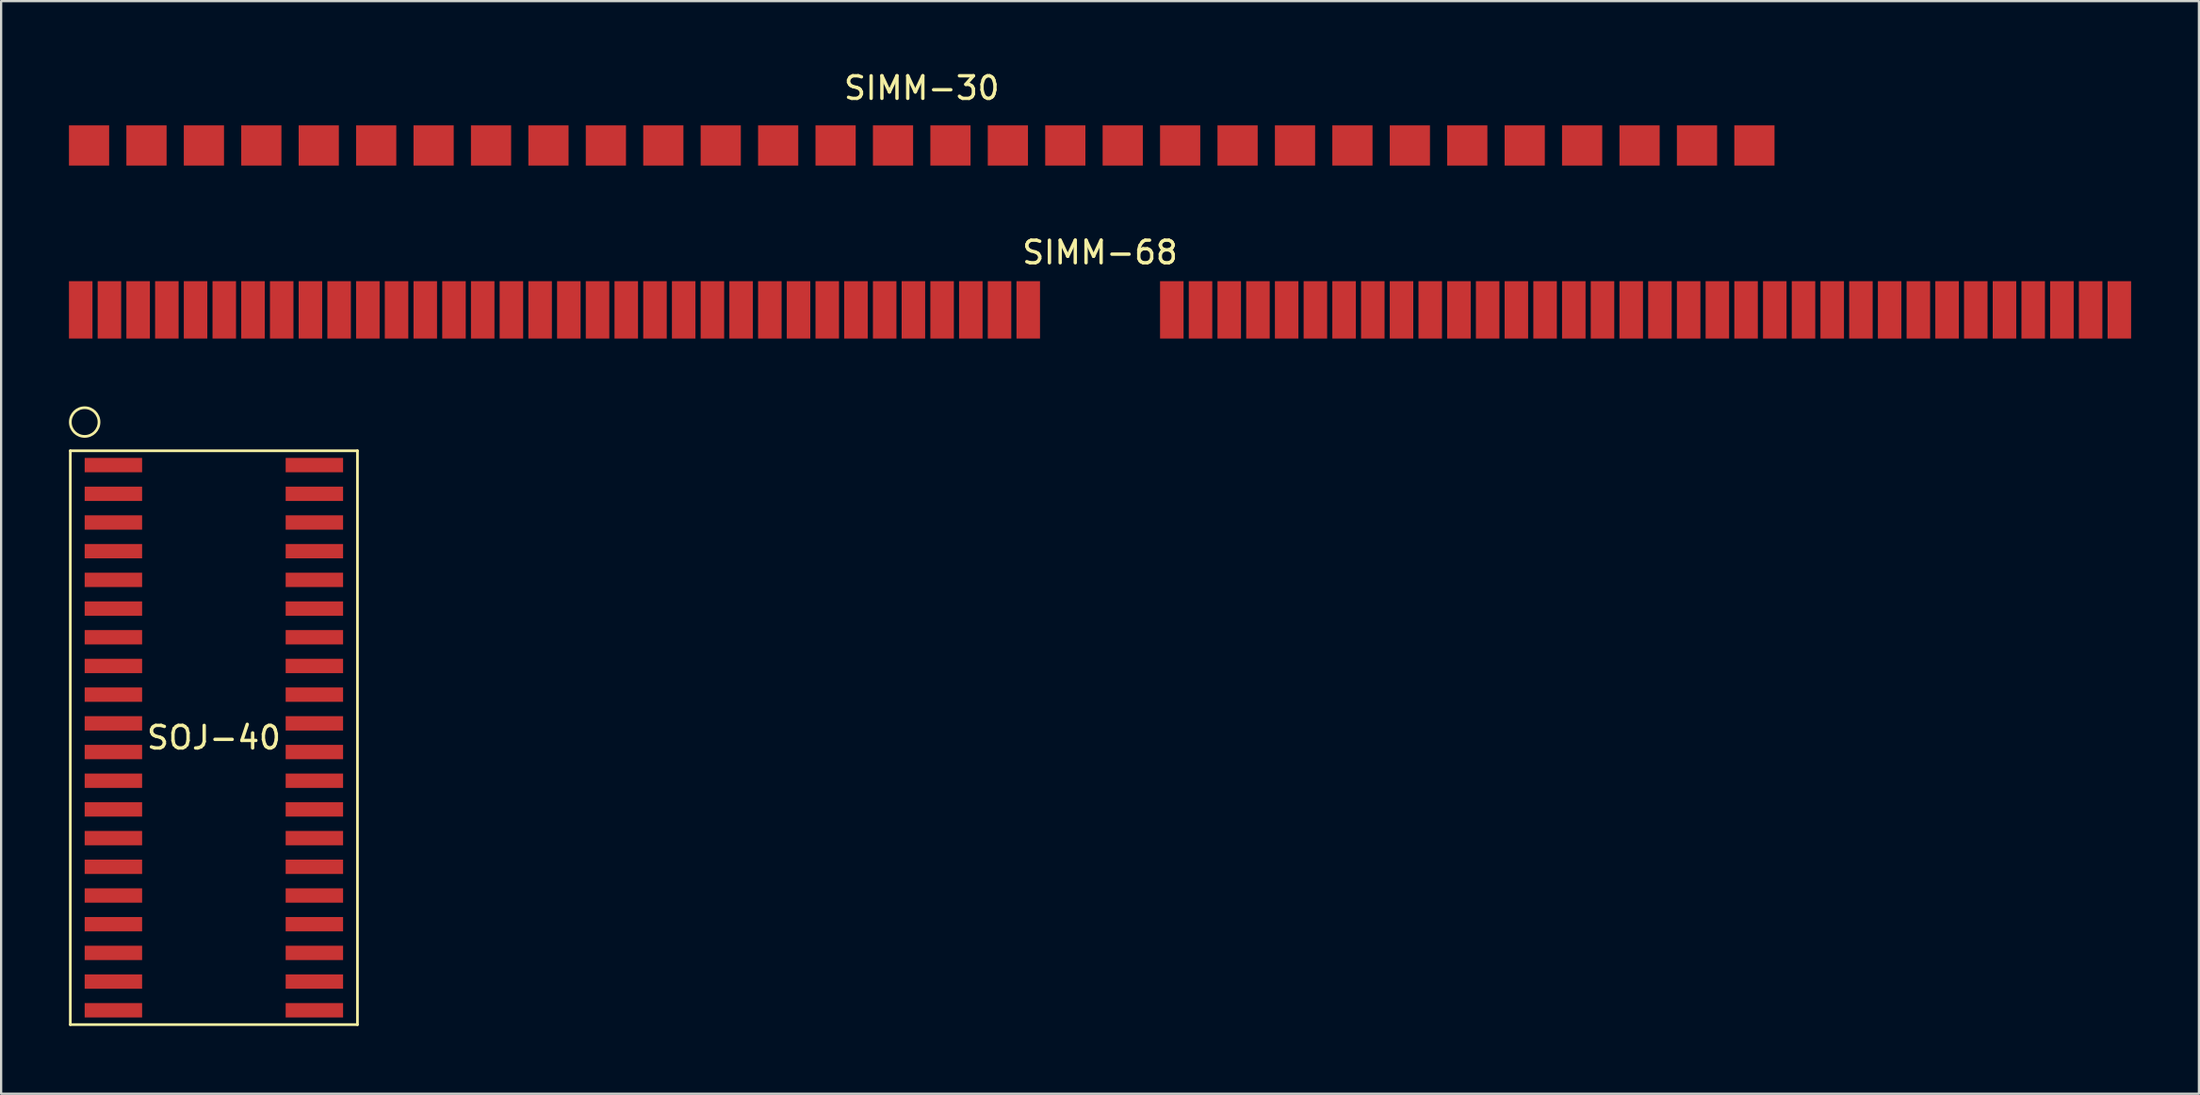
<source format=kicad_pcb>
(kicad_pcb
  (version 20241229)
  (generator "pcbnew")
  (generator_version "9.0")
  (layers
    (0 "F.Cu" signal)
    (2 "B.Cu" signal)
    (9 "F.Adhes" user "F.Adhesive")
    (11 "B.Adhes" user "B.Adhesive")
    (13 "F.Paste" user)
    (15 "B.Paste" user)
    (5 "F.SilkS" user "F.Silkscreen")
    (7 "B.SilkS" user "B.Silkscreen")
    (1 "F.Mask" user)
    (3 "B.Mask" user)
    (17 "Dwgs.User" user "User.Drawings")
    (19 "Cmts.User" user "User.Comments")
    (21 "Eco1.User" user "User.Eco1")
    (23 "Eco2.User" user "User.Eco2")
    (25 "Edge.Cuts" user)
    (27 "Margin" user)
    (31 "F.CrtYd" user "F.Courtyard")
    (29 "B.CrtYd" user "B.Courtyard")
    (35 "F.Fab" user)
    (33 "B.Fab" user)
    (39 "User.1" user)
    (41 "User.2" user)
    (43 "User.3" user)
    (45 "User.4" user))
  (footprint "SOJ-40"
    (layer "F.Cu")
    (at 6.41 29.601)
    (property "Reference" "SOJ-40" (at 0 0 0) (layer "F.SilkS") (effects (font (size 1 1) (thickness 0.15))))
    (attr through_hole)
    (fp_line (start -6.35 -12.7) (end 6.35 -12.7) (stroke (width 0.12) (type solid)) (layer "F.SilkS"))
    (fp_line (start -6.35 12.7) (end -6.35 -12.7) (stroke (width 0.12) (type solid)) (layer "F.SilkS"))
    (fp_line (start 6.35 -12.7) (end 6.35 12.7) (stroke (width 0.12) (type solid)) (layer "F.SilkS"))
    (fp_line (start 6.35 12.7) (end -6.35 12.7) (stroke (width 0.12) (type solid)) (layer "F.SilkS"))
    (fp_circle (center -5.715 -13.97) (end -5.08 -13.97) (stroke (width 0.12) (type solid)) (fill no) (layer "F.SilkS"))
    (pad "1" connect rect (at -4.445 -12.065) (size 2.54 0.635) (layers "F.Cu" "F.Mask"))
    (pad "2" connect rect (at -4.445 -10.795) (size 2.54 0.635) (layers "F.Cu" "F.Mask"))
    (pad "3" connect rect (at -4.445 -9.525) (size 2.54 0.635) (layers "F.Cu" "F.Mask"))
    (pad "4" connect rect (at -4.445 -8.255) (size 2.54 0.635) (layers "F.Cu" "F.Mask"))
    (pad "5" connect rect (at -4.445 -6.985) (size 2.54 0.635) (layers "F.Cu" "F.Mask"))
    (pad "6" connect rect (at -4.445 -5.715) (size 2.54 0.635) (layers "F.Cu" "F.Mask"))
    (pad "7" connect rect (at -4.445 -4.445) (size 2.54 0.635) (layers "F.Cu" "F.Mask"))
    (pad "8" connect rect (at -4.445 -3.175) (size 2.54 0.635) (layers "F.Cu" "F.Mask"))
    (pad "9" connect rect (at -4.445 -1.905) (size 2.54 0.635) (layers "F.Cu" "F.Mask"))
    (pad "10" connect rect (at -4.445 -0.635) (size 2.54 0.635) (layers "F.Cu" "F.Mask"))
    (pad "11" connect rect (at -4.445 0.635) (size 2.54 0.635) (layers "F.Cu" "F.Mask"))
    (pad "12" connect rect (at -4.445 1.905) (size 2.54 0.635) (layers "F.Cu" "F.Mask"))
    (pad "13" connect rect (at -4.445 3.175) (size 2.54 0.635) (layers "F.Cu" "F.Mask"))
    (pad "14" connect rect (at -4.445 4.445) (size 2.54 0.635) (layers "F.Cu" "F.Mask"))
    (pad "15" connect rect (at -4.445 5.715) (size 2.54 0.635) (layers "F.Cu" "F.Mask"))
    (pad "16" connect rect (at -4.445 6.985) (size 2.54 0.635) (layers "F.Cu" "F.Mask"))
    (pad "17" connect rect (at -4.445 8.255) (size 2.54 0.635) (layers "F.Cu" "F.Mask"))
    (pad "18" connect rect (at -4.445 9.525) (size 2.54 0.635) (layers "F.Cu" "F.Mask"))
    (pad "19" connect rect (at -4.445 10.795) (size 2.54 0.635) (layers "F.Cu" "F.Mask"))
    (pad "20" connect rect (at -4.445 12.065) (size 2.54 0.635) (layers "F.Cu" "F.Mask"))
    (pad "21" connect rect (at 4.445 12.065) (size 2.54 0.635) (layers "F.Cu" "F.Mask"))
    (pad "22" connect rect (at 4.445 10.795) (size 2.54 0.635) (layers "F.Cu" "F.Mask"))
    (pad "23" connect rect (at 4.445 9.525) (size 2.54 0.635) (layers "F.Cu" "F.Mask"))
    (pad "24" connect rect (at 4.445 8.255) (size 2.54 0.635) (layers "F.Cu" "F.Mask"))
    (pad "25" connect rect (at 4.445 6.985) (size 2.54 0.635) (layers "F.Cu" "F.Mask"))
    (pad "26" connect rect (at 4.445 5.715) (size 2.54 0.635) (layers "F.Cu" "F.Mask"))
    (pad "27" connect rect (at 4.445 4.445) (size 2.54 0.635) (layers "F.Cu" "F.Mask"))
    (pad "28" connect rect (at 4.445 3.175) (size 2.54 0.635) (layers "F.Cu" "F.Mask"))
    (pad "29" connect rect (at 4.445 1.905) (size 2.54 0.635) (layers "F.Cu" "F.Mask"))
    (pad "30" connect rect (at 4.445 0.635) (size 2.54 0.635) (layers "F.Cu" "F.Mask"))
    (pad "31" connect rect (at 4.445 -0.635) (size 2.54 0.635) (layers "F.Cu" "F.Mask"))
    (pad "32" connect rect (at 4.445 -1.905) (size 2.54 0.635) (layers "F.Cu" "F.Mask"))
    (pad "33" connect rect (at 4.445 -3.175) (size 2.54 0.635) (layers "F.Cu" "F.Mask"))
    (pad "34" connect rect (at 4.445 -4.445) (size 2.54 0.635) (layers "F.Cu" "F.Mask"))
    (pad "35" connect rect (at 4.445 -5.715) (size 2.54 0.635) (layers "F.Cu" "F.Mask"))
    (pad "36" connect rect (at 4.445 -6.985) (size 2.54 0.635) (layers "F.Cu" "F.Mask"))
    (pad "37" connect rect (at 4.445 -8.255) (size 2.54 0.635) (layers "F.Cu" "F.Mask"))
    (pad "38" connect rect (at 4.445 -9.525) (size 2.54 0.635) (layers "F.Cu" "F.Mask"))
    (pad "39" connect rect (at 4.445 -10.795) (size 2.54 0.635) (layers "F.Cu" "F.Mask"))
    (pad "40" connect rect (at 4.445 -12.065) (size 2.54 0.635) (layers "F.Cu" "F.Mask")))
  (footprint "SIMM-30"
    (layer "F.Cu")
    (at 37.719 3.388)
    (property "Reference" "SIMM-30" (at 0 -2.54 0) (layer "F.SilkS") (effects (font (size 1 1) (thickness 0.15))))
    (attr smd)
    (pad "1" connect rect (at -36.83 0) (size 1.778 1.778) (layers "F.Cu" "F.Mask"))
    (pad "2" connect rect (at -34.29 0) (size 1.778 1.778) (layers "F.Cu" "F.Mask"))
    (pad "3" connect rect (at -31.75 0) (size 1.778 1.778) (layers "F.Cu" "F.Mask"))
    (pad "4" connect rect (at -29.21 0) (size 1.778 1.778) (layers "F.Cu" "F.Mask"))
    (pad "5" connect rect (at -26.67 0) (size 1.778 1.778) (layers "F.Cu" "F.Mask"))
    (pad "6" connect rect (at -24.13 0) (size 1.778 1.778) (layers "F.Cu" "F.Mask"))
    (pad "7" connect rect (at -21.59 0) (size 1.778 1.778) (layers "F.Cu" "F.Mask"))
    (pad "8" connect rect (at -19.05 0) (size 1.778 1.778) (layers "F.Cu" "F.Mask"))
    (pad "9" connect rect (at -16.51 0) (size 1.778 1.778) (layers "F.Cu" "F.Mask"))
    (pad "10" connect rect (at -13.97 0) (size 1.778 1.778) (layers "F.Cu" "F.Mask"))
    (pad "11" connect rect (at -11.43 0) (size 1.778 1.778) (layers "F.Cu" "F.Mask"))
    (pad "12" connect rect (at -8.89 0) (size 1.778 1.778) (layers "F.Cu" "F.Mask"))
    (pad "13" connect rect (at -6.35 0) (size 1.778 1.778) (layers "F.Cu" "F.Mask"))
    (pad "14" connect rect (at -3.81 0) (size 1.778 1.778) (layers "F.Cu" "F.Mask"))
    (pad "15" connect rect (at -1.27 0) (size 1.778 1.778) (layers "F.Cu" "F.Mask"))
    (pad "16" connect rect (at 1.27 0) (size 1.778 1.778) (layers "F.Cu" "F.Mask"))
    (pad "17" connect rect (at 3.81 0) (size 1.778 1.778) (layers "F.Cu" "F.Mask"))
    (pad "18" connect rect (at 6.35 0) (size 1.778 1.778) (layers "F.Cu" "F.Mask"))
    (pad "19" connect rect (at 8.89 0) (size 1.778 1.778) (layers "F.Cu" "F.Mask"))
    (pad "20" connect rect (at 11.43 0) (size 1.778 1.778) (layers "F.Cu" "F.Mask"))
    (pad "21" connect rect (at 13.97 0) (size 1.778 1.778) (layers "F.Cu" "F.Mask"))
    (pad "22" connect rect (at 16.51 0) (size 1.778 1.778) (layers "F.Cu" "F.Mask"))
    (pad "23" connect rect (at 19.05 0) (size 1.778 1.778) (layers "F.Cu" "F.Mask"))
    (pad "24" connect rect (at 21.59 0) (size 1.778 1.778) (layers "F.Cu" "F.Mask"))
    (pad "25" connect rect (at 24.13 0) (size 1.778 1.778) (layers "F.Cu" "F.Mask"))
    (pad "26" connect rect (at 26.67 0) (size 1.778 1.778) (layers "F.Cu" "F.Mask"))
    (pad "27" connect rect (at 29.21 0) (size 1.778 1.778) (layers "F.Cu" "F.Mask"))
    (pad "28" connect rect (at 31.75 0) (size 1.778 1.778) (layers "F.Cu" "F.Mask"))
    (pad "29" connect rect (at 34.29 0) (size 1.778 1.778) (layers "F.Cu" "F.Mask"))
    (pad "30" connect rect (at 36.83 0) (size 1.778 1.778) (layers "F.Cu" "F.Mask")))
  (footprint "SIMM-68"
    (layer "F.Cu")
    (at 45.605 10.665)
    (property "Reference" "SIMM-68" (at 0 -2.54 0) (layer "F.SilkS") (effects (font (size 1 1) (thickness 0.15))))
    (attr through_hole)
    (pad "1" connect rect (at -45.085 0) (size 1.04 2.54) (layers "F.Cu" "F.Mask"))
    (pad "2" connect rect (at -43.815 0) (size 1.04 2.54) (layers "F.Cu" "F.Mask"))
    (pad "3" connect rect (at -42.545 0) (size 1.04 2.54) (layers "F.Cu" "F.Mask"))
    (pad "4" connect rect (at -41.275 0) (size 1.04 2.54) (layers "F.Cu" "F.Mask"))
    (pad "5" connect rect (at -40.005 0) (size 1.04 2.54) (layers "F.Cu" "F.Mask"))
    (pad "6" connect rect (at -38.735 0) (size 1.04 2.54) (layers "F.Cu" "F.Mask"))
    (pad "7" connect rect (at -37.465 0) (size 1.04 2.54) (layers "F.Cu" "F.Mask"))
    (pad "8" connect rect (at -36.195 0) (size 1.04 2.54) (layers "F.Cu" "F.Mask"))
    (pad "9" connect rect (at -34.925 0) (size 1.04 2.54) (layers "F.Cu" "F.Mask"))
    (pad "10" connect rect (at -33.655 0) (size 1.04 2.54) (layers "F.Cu" "F.Mask"))
    (pad "11" connect rect (at -32.385 0) (size 1.04 2.54) (layers "F.Cu" "F.Mask"))
    (pad "12" connect rect (at -31.115 0) (size 1.04 2.54) (layers "F.Cu" "F.Mask"))
    (pad "13" connect rect (at -29.845 0) (size 1.04 2.54) (layers "F.Cu" "F.Mask"))
    (pad "14" connect rect (at -28.575 0) (size 1.04 2.54) (layers "F.Cu" "F.Mask"))
    (pad "15" connect rect (at -27.305 0) (size 1.04 2.54) (layers "F.Cu" "F.Mask"))
    (pad "16" connect rect (at -26.035 0) (size 1.04 2.54) (layers "F.Cu" "F.Mask"))
    (pad "17" connect rect (at -24.765 0) (size 1.04 2.54) (layers "F.Cu" "F.Mask"))
    (pad "18" connect rect (at -23.495 0) (size 1.04 2.54) (layers "F.Cu" "F.Mask"))
    (pad "19" connect rect (at -22.225 0) (size 1.04 2.54) (layers "F.Cu" "F.Mask"))
    (pad "20" connect rect (at -20.955 0) (size 1.04 2.54) (layers "F.Cu" "F.Mask"))
    (pad "21" connect rect (at -19.685 0) (size 1.04 2.54) (layers "F.Cu" "F.Mask"))
    (pad "22" connect rect (at -18.415 0) (size 1.04 2.54) (layers "F.Cu" "F.Mask"))
    (pad "23" connect rect (at -17.145 0) (size 1.04 2.54) (layers "F.Cu" "F.Mask"))
    (pad "24" connect rect (at -15.875 0) (size 1.04 2.54) (layers "F.Cu" "F.Mask"))
    (pad "25" connect rect (at -14.605 0) (size 1.04 2.54) (layers "F.Cu" "F.Mask"))
    (pad "26" connect rect (at -13.335 0) (size 1.04 2.54) (layers "F.Cu" "F.Mask"))
    (pad "27" connect rect (at -12.065 0) (size 1.04 2.54) (layers "F.Cu" "F.Mask"))
    (pad "28" connect rect (at -10.795 0) (size 1.04 2.54) (layers "F.Cu" "F.Mask"))
    (pad "29" connect rect (at -9.525 0) (size 1.04 2.54) (layers "F.Cu" "F.Mask"))
    (pad "30" connect rect (at -8.255 0) (size 1.04 2.54) (layers "F.Cu" "F.Mask"))
    (pad "31" connect rect (at -6.985 0) (size 1.04 2.54) (layers "F.Cu" "F.Mask"))
    (pad "32" connect rect (at -5.715 0) (size 1.04 2.54) (layers "F.Cu" "F.Mask"))
    (pad "33" connect rect (at -4.445 0) (size 1.04 2.54) (layers "F.Cu" "F.Mask"))
    (pad "34" connect rect (at -3.175 0) (size 1.04 2.54) (layers "F.Cu" "F.Mask"))
    (pad "35" smd rect (at 3.175 0) (size 1.04 2.54) (layers "F.Cu" "F.Mask" "F.Paste"))
    (pad "36" smd rect (at 4.445 0) (size 1.04 2.54) (layers "F.Cu" "F.Mask" "F.Paste"))
    (pad "37" smd rect (at 5.715 0) (size 1.04 2.54) (layers "F.Cu" "F.Mask" "F.Paste"))
    (pad "38" smd rect (at 6.985 0) (size 1.04 2.54) (layers "F.Cu" "F.Mask" "F.Paste"))
    (pad "39" smd rect (at 8.255 0) (size 1.04 2.54) (layers "F.Cu" "F.Mask" "F.Paste"))
    (pad "40" smd rect (at 9.525 0) (size 1.04 2.54) (layers "F.Cu" "F.Mask" "F.Paste"))
    (pad "41" smd rect (at 10.795 0) (size 1.04 2.54) (layers "F.Cu" "F.Mask" "F.Paste"))
    (pad "42" smd rect (at 12.065 0) (size 1.04 2.54) (layers "F.Cu" "F.Mask" "F.Paste"))
    (pad "43" smd rect (at 13.335 0) (size 1.04 2.54) (layers "F.Cu" "F.Mask" "F.Paste"))
    (pad "44" smd rect (at 14.605 0) (size 1.04 2.54) (layers "F.Cu" "F.Mask" "F.Paste"))
    (pad "45" smd rect (at 15.875 0) (size 1.04 2.54) (layers "F.Cu" "F.Mask" "F.Paste"))
    (pad "46" smd rect (at 17.145 0) (size 1.04 2.54) (layers "F.Cu" "F.Mask" "F.Paste"))
    (pad "47" smd rect (at 18.415 0) (size 1.04 2.54) (layers "F.Cu" "F.Mask" "F.Paste"))
    (pad "48" smd rect (at 19.685 0) (size 1.04 2.54) (layers "F.Cu" "F.Mask" "F.Paste"))
    (pad "49" smd rect (at 20.955 0) (size 1.04 2.54) (layers "F.Cu" "F.Mask" "F.Paste"))
    (pad "50" smd rect (at 22.225 0) (size 1.04 2.54) (layers "F.Cu" "F.Mask" "F.Paste"))
    (pad "51" smd rect (at 23.495 0) (size 1.04 2.54) (layers "F.Cu" "F.Mask" "F.Paste"))
    (pad "52" smd rect (at 24.765 0) (size 1.04 2.54) (layers "F.Cu" "F.Mask" "F.Paste"))
    (pad "53" smd rect (at 26.035 0) (size 1.04 2.54) (layers "F.Cu" "F.Mask" "F.Paste"))
    (pad "54" smd rect (at 27.305 0) (size 1.04 2.54) (layers "F.Cu" "F.Mask" "F.Paste"))
    (pad "55" smd rect (at 28.575 0) (size 1.04 2.54) (layers "F.Cu" "F.Mask" "F.Paste"))
    (pad "56" smd rect (at 29.845 0) (size 1.04 2.54) (layers "F.Cu" "F.Mask" "F.Paste"))
    (pad "57" smd rect (at 31.115 0) (size 1.04 2.54) (layers "F.Cu" "F.Mask" "F.Paste"))
    (pad "58" smd rect (at 32.385 0) (size 1.04 2.54) (layers "F.Cu" "F.Mask" "F.Paste"))
    (pad "59" smd rect (at 33.655 0) (size 1.04 2.54) (layers "F.Cu" "F.Mask" "F.Paste"))
    (pad "60" smd rect (at 34.925 0) (size 1.04 2.54) (layers "F.Cu" "F.Mask" "F.Paste"))
    (pad "61" smd rect (at 36.195 0) (size 1.04 2.54) (layers "F.Cu" "F.Mask" "F.Paste"))
    (pad "62" smd rect (at 37.465 0) (size 1.04 2.54) (layers "F.Cu" "F.Mask" "F.Paste"))
    (pad "63" smd rect (at 38.735 0) (size 1.04 2.54) (layers "F.Cu" "F.Mask" "F.Paste"))
    (pad "64" smd rect (at 40.005 0) (size 1.04 2.54) (layers "F.Cu" "F.Mask" "F.Paste"))
    (pad "65" smd rect (at 41.275 0) (size 1.04 2.54) (layers "F.Cu" "F.Mask" "F.Paste"))
    (pad "66" smd rect (at 42.545 0) (size 1.04 2.54) (layers "F.Cu" "F.Mask" "F.Paste"))
    (pad "67" smd rect (at 43.815 0) (size 1.04 2.54) (layers "F.Cu" "F.Mask" "F.Paste"))
    (pad "68" smd rect (at 45.085 0) (size 1.04 2.54) (layers "F.Cu" "F.Mask" "F.Paste")))
  (gr_rect
    (start -3 -3)
    (end 94.21 45.361)
    (stroke (width 0.1) (type default))
    (fill no)
    (layer "Edge.Cuts")))
</source>
